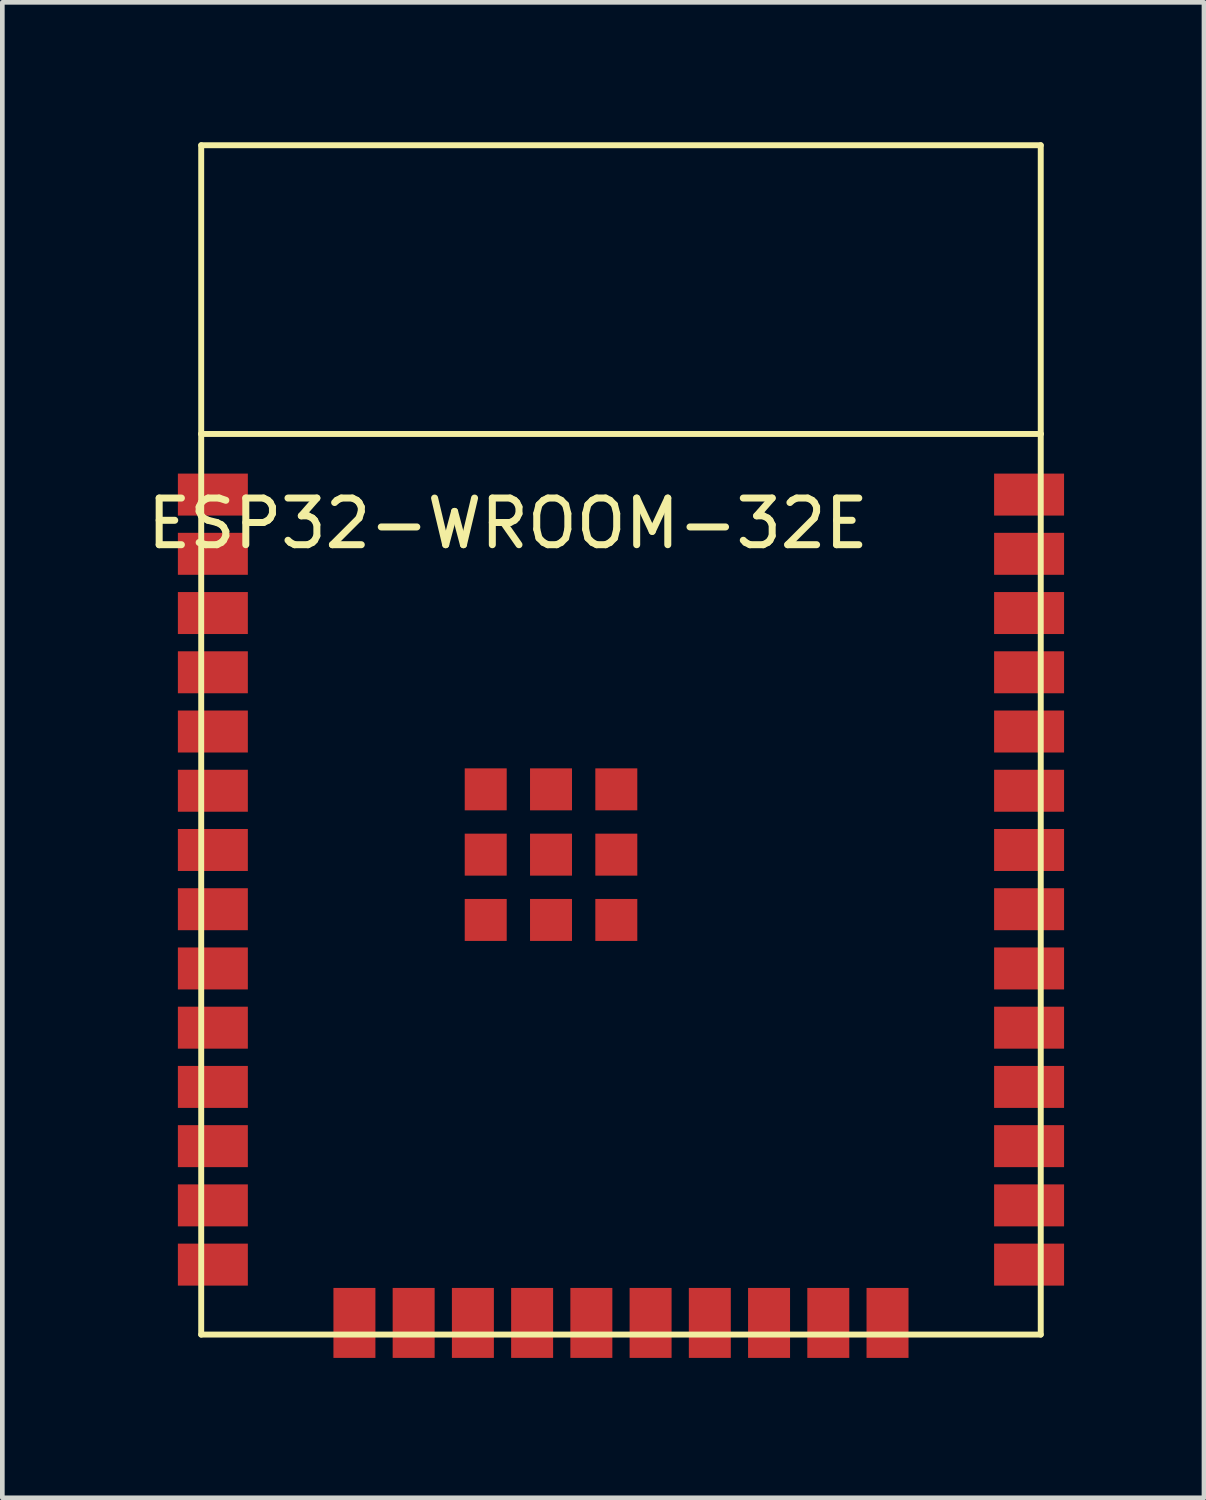
<source format=kicad_pcb>
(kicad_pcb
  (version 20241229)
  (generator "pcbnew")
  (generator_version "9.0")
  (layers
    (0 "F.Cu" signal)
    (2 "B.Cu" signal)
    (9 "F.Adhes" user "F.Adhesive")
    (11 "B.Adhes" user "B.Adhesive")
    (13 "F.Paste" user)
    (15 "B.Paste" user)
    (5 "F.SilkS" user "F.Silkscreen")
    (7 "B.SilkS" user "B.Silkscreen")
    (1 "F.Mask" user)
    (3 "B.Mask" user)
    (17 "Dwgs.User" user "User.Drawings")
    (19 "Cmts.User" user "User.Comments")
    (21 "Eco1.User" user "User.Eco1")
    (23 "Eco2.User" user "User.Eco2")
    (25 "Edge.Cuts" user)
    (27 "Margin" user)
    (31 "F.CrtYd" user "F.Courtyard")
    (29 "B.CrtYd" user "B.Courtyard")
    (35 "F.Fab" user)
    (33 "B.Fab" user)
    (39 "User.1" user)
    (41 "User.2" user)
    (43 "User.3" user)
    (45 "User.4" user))
  (footprint "ESP32-WROOM-32E"
    (layer "F.Cu")
    (at 10.264 15.809)
    (property "Reference" "ESP32-WROOM-32E" (at -2.425 -7.635 0) (layer "F.SilkS") (effects (font (size 1 1) (thickness 0.15))))
    (attr smd)
    (fp_line (start -9 -15.745) (end 9 -15.745) (stroke (width 0.127) (type solid)) (layer "F.SilkS"))
    (fp_line (start -9 -9.555) (end -9 -15.745) (stroke (width 0.127) (type solid)) (layer "F.SilkS"))
    (fp_line (start -9 -9.555) (end -9 9.755) (stroke (width 0.127) (type solid)) (layer "F.SilkS"))
    (fp_line (start -9 9.755) (end 9 9.755) (stroke (width 0.127) (type solid)) (layer "F.SilkS"))
    (fp_line (start 9 -15.745) (end 9 -9.555) (stroke (width 0.127) (type solid)) (layer "F.SilkS"))
    (fp_line (start 9 -9.555) (end -9 -9.555) (stroke (width 0.127) (type solid)) (layer "F.SilkS"))
    (fp_line (start 9 9.755) (end 9 -9.555) (stroke (width 0.127) (type solid)) (layer "F.SilkS"))
    (pad "1" smd rect (at -8.75 -8.255) (size 1.5 0.9) (layers "F.Cu" "F.Mask" "F.Paste"))
    (pad "2" smd rect (at -8.75 -6.985) (size 1.5 0.9) (layers "F.Cu" "F.Mask" "F.Paste"))
    (pad "3" smd rect (at -8.75 -5.715) (size 1.5 0.9) (layers "F.Cu" "F.Mask" "F.Paste"))
    (pad "4" smd rect (at -8.75 -4.445) (size 1.5 0.9) (layers "F.Cu" "F.Mask" "F.Paste"))
    (pad "5" smd rect (at -8.75 -3.175) (size 1.5 0.9) (layers "F.Cu" "F.Mask" "F.Paste"))
    (pad "6" smd rect (at -8.75 -1.905) (size 1.5 0.9) (layers "F.Cu" "F.Mask" "F.Paste"))
    (pad "7" smd rect (at -8.75 -0.635) (size 1.5 0.9) (layers "F.Cu" "F.Mask" "F.Paste"))
    (pad "8" smd rect (at -8.75 0.635) (size 1.5 0.9) (layers "F.Cu" "F.Mask" "F.Paste"))
    (pad "9" smd rect (at -8.75 1.905) (size 1.5 0.9) (layers "F.Cu" "F.Mask" "F.Paste"))
    (pad "10" smd rect (at -8.75 3.175) (size 1.5 0.9) (layers "F.Cu" "F.Mask" "F.Paste"))
    (pad "11" smd rect (at -8.75 4.445) (size 1.5 0.9) (layers "F.Cu" "F.Mask" "F.Paste"))
    (pad "12" smd rect (at -8.75 5.715) (size 1.5 0.9) (layers "F.Cu" "F.Mask" "F.Paste"))
    (pad "13" smd rect (at -8.75 6.985) (size 1.5 0.9) (layers "F.Cu" "F.Mask" "F.Paste"))
    (pad "14" smd rect (at -8.75 8.255) (size 1.5 0.9) (layers "F.Cu" "F.Mask" "F.Paste"))
    (pad "15" smd rect (at -5.715 9.505 90) (size 1.5 0.9) (layers "F.Cu" "F.Mask" "F.Paste"))
    (pad "16" smd rect (at -4.445 9.505 90) (size 1.5 0.9) (layers "F.Cu" "F.Mask" "F.Paste"))
    (pad "17" smd rect (at -3.175 9.505 90) (size 1.5 0.9) (layers "F.Cu" "F.Mask" "F.Paste"))
    (pad "18" smd rect (at -1.905 9.505 90) (size 1.5 0.9) (layers "F.Cu" "F.Mask" "F.Paste"))
    (pad "19" smd rect (at -0.635 9.505 90) (size 1.5 0.9) (layers "F.Cu" "F.Mask" "F.Paste"))
    (pad "20" smd rect (at 0.635 9.505 90) (size 1.5 0.9) (layers "F.Cu" "F.Mask" "F.Paste"))
    (pad "21" smd rect (at 1.905 9.505 90) (size 1.5 0.9) (layers "F.Cu" "F.Mask" "F.Paste"))
    (pad "22" smd rect (at 3.175 9.505 90) (size 1.5 0.9) (layers "F.Cu" "F.Mask" "F.Paste"))
    (pad "23" smd rect (at 4.445 9.505 90) (size 1.5 0.9) (layers "F.Cu" "F.Mask" "F.Paste"))
    (pad "24" smd rect (at 5.715 9.505 90) (size 1.5 0.9) (layers "F.Cu" "F.Mask" "F.Paste"))
    (pad "25" smd rect (at 8.75 8.255 180) (size 1.5 0.9) (layers "F.Cu" "F.Mask" "F.Paste"))
    (pad "26" smd rect (at 8.75 6.985 180) (size 1.5 0.9) (layers "F.Cu" "F.Mask" "F.Paste"))
    (pad "27" smd rect (at 8.75 5.715 180) (size 1.5 0.9) (layers "F.Cu" "F.Mask" "F.Paste"))
    (pad "28" smd rect (at 8.75 4.445 180) (size 1.5 0.9) (layers "F.Cu" "F.Mask" "F.Paste"))
    (pad "29" smd rect (at 8.75 3.175 180) (size 1.5 0.9) (layers "F.Cu" "F.Mask" "F.Paste"))
    (pad "30" smd rect (at 8.75 1.905 180) (size 1.5 0.9) (layers "F.Cu" "F.Mask" "F.Paste"))
    (pad "31" smd rect (at 8.75 0.635 180) (size 1.5 0.9) (layers "F.Cu" "F.Mask" "F.Paste"))
    (pad "32" smd rect (at 8.75 -0.635 180) (size 1.5 0.9) (layers "F.Cu" "F.Mask" "F.Paste"))
    (pad "33" smd rect (at 8.75 -1.905 180) (size 1.5 0.9) (layers "F.Cu" "F.Mask" "F.Paste"))
    (pad "34" smd rect (at 8.75 -3.175 180) (size 1.5 0.9) (layers "F.Cu" "F.Mask" "F.Paste"))
    (pad "35" smd rect (at 8.75 -4.445 180) (size 1.5 0.9) (layers "F.Cu" "F.Mask" "F.Paste"))
    (pad "36" smd rect (at 8.75 -5.715 180) (size 1.5 0.9) (layers "F.Cu" "F.Mask" "F.Paste"))
    (pad "37" smd rect (at 8.75 -6.985 180) (size 1.5 0.9) (layers "F.Cu" "F.Mask" "F.Paste"))
    (pad "38" smd rect (at 8.75 -8.255 180) (size 1.5 0.9) (layers "F.Cu" "F.Mask" "F.Paste"))
    (pad "39" smd rect (at -2.9 -1.935) (size 0.9 0.9) (layers "F.Cu" "F.Mask" "F.Paste"))
    (pad "40" smd rect (at -1.5 -1.935) (size 0.9 0.9) (layers "F.Cu" "F.Mask" "F.Paste"))
    (pad "41" smd rect (at -0.1 -1.935) (size 0.9 0.9) (layers "F.Cu" "F.Mask" "F.Paste"))
    (pad "42" smd rect (at -2.9 -0.535) (size 0.9 0.9) (layers "F.Cu" "F.Mask" "F.Paste"))
    (pad "43" smd rect (at -1.5 -0.535) (size 0.9 0.9) (layers "F.Cu" "F.Mask" "F.Paste"))
    (pad "44" smd rect (at -0.1 -0.535) (size 0.9 0.9) (layers "F.Cu" "F.Mask" "F.Paste"))
    (pad "45" smd rect (at -2.9 0.865) (size 0.9 0.9) (layers "F.Cu" "F.Mask" "F.Paste"))
    (pad "46" smd rect (at -1.5 0.865) (size 0.9 0.9) (layers "F.Cu" "F.Mask" "F.Paste"))
    (pad "47" smd rect (at -0.1 0.865) (size 0.9 0.9) (layers "F.Cu" "F.Mask" "F.Paste"))
    (zone (net_name "") (layer "F.Cu") (hatch full 0.508) (connect_pads) (min_thickness 0.01) (filled_areas_thickness no) (keepout (tracks not_allowed) (vias not_allowed) (pads not_allowed) (copperpour not_allowed) (footprints allowed)) (placement (enabled no)) (fill) (polygon (pts (xy 1.264 0.064) (xy 19.264 0.064) (xy 19.264 6.253) (xy 1.264 6.253)))))
  (gr_rect
    (start -3 -3)
    (end 22.764 29.064)
    (stroke (width 0.1) (type default))
    (fill no)
    (layer "Edge.Cuts")))
</source>
